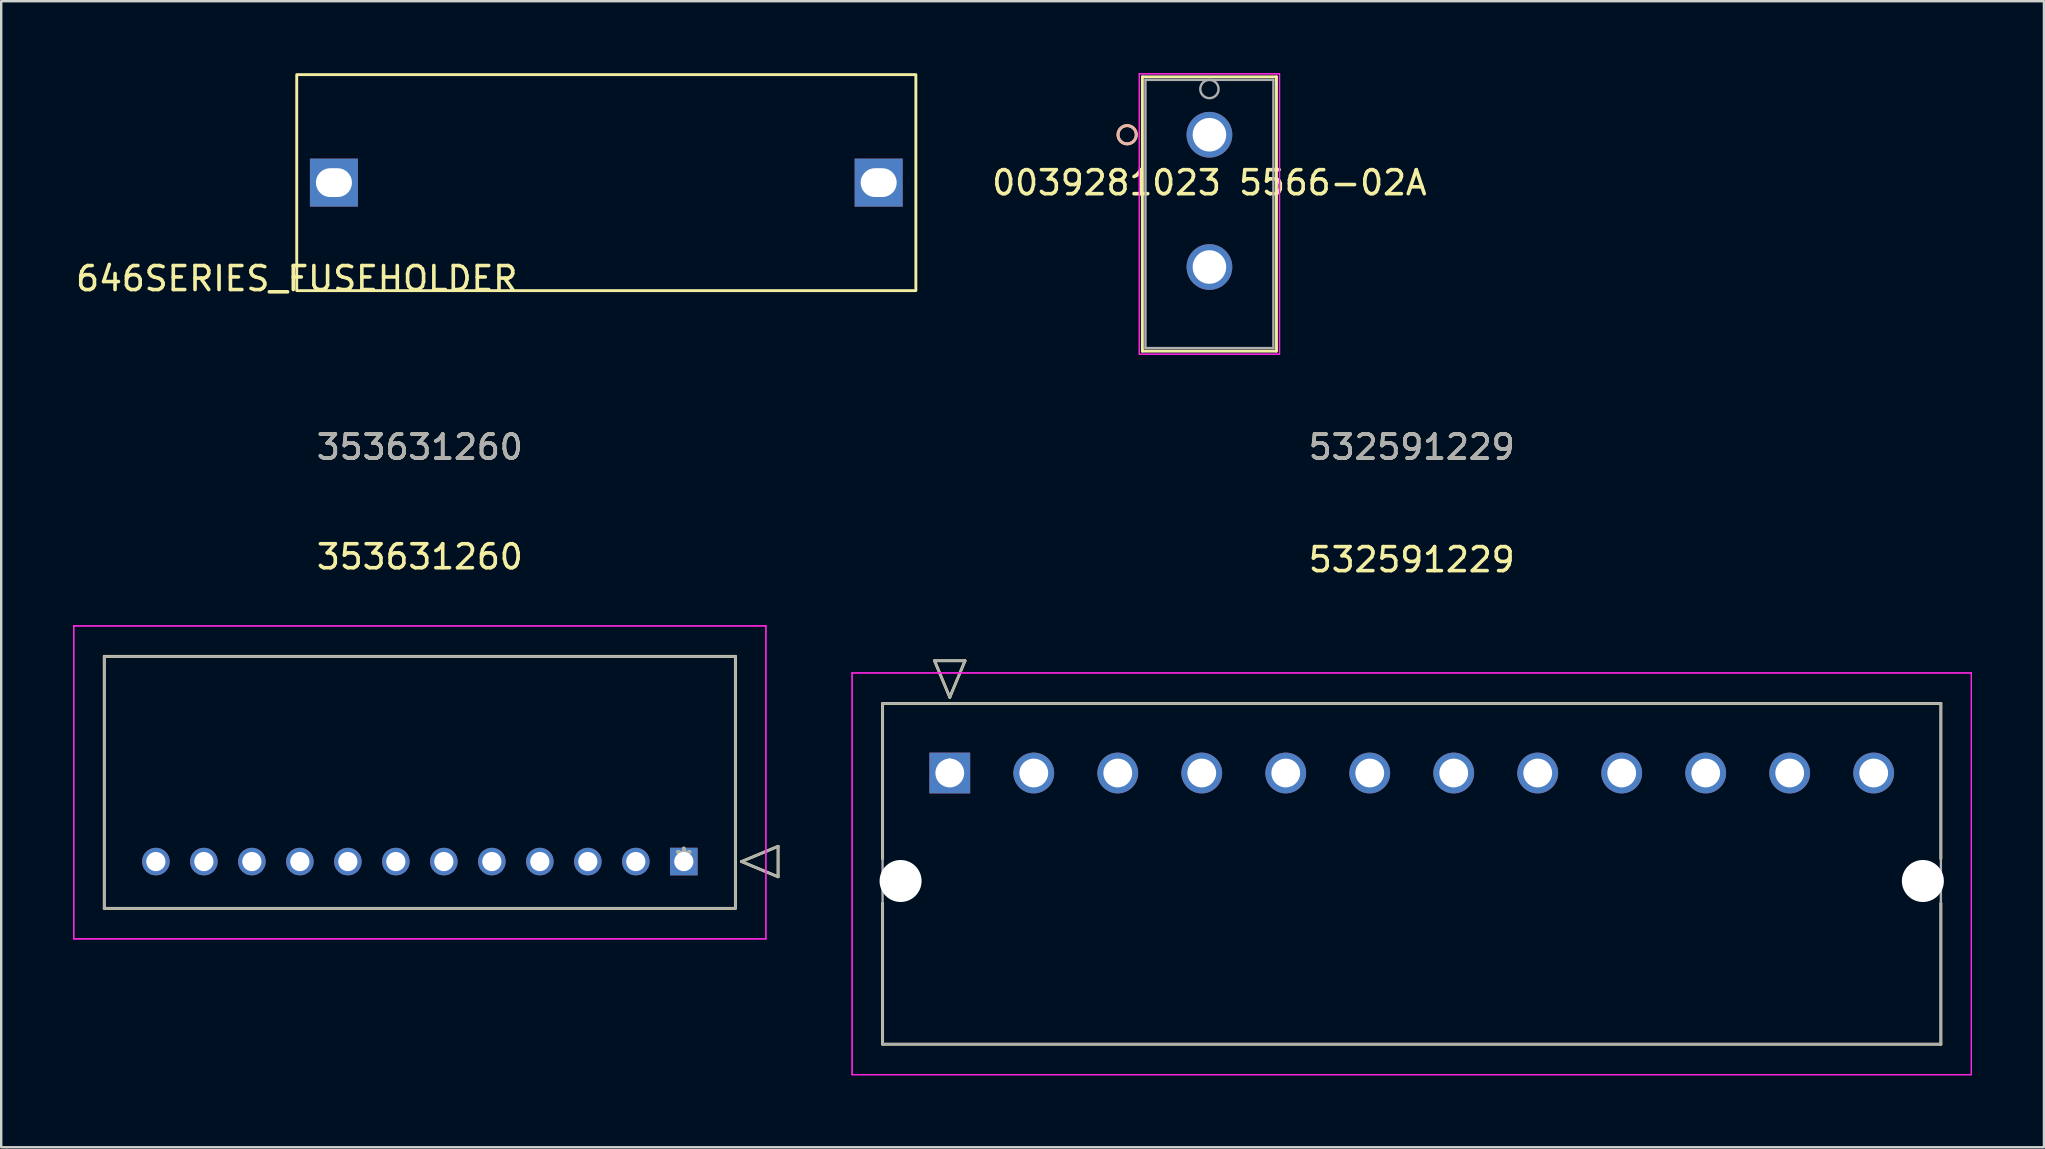
<source format=kicad_pcb>
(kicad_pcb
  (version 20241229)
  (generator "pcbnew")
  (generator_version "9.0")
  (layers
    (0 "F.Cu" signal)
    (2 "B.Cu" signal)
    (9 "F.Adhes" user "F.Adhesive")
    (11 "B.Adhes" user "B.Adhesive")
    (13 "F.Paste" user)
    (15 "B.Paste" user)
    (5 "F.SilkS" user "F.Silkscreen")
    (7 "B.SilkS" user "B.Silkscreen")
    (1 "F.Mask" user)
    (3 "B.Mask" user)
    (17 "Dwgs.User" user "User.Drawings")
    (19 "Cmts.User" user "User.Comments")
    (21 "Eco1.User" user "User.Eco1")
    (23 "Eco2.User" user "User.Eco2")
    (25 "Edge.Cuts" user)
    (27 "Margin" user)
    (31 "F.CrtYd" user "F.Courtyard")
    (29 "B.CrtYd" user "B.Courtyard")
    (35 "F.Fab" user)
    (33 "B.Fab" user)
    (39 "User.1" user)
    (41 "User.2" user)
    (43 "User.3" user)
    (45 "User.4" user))
  (footprint "353631260"
    (layer "F.Cu")
    (at 25.445 32.852)
    (property "Reference" "353631260" (at -11 -12.7 0) (layer "F.SilkS") (effects (font (size 1 1) (thickness 0.15))))
    (attr through_hole)
    (fp_line (start -24.15 -8.55) (end -24.15 1.95) (stroke (width 0.12) (type solid)) (layer "F.SilkS"))
    (fp_line (start -24.15 1.95) (end 2.15 1.95) (stroke (width 0.12) (type solid)) (layer "F.SilkS"))
    (fp_line (start 2.15 -8.55) (end -24.15 -8.55) (stroke (width 0.12) (type solid)) (layer "F.SilkS"))
    (fp_line (start 2.15 1.95) (end 2.15 -8.55) (stroke (width 0.12) (type solid)) (layer "F.SilkS"))
    (fp_line (start 2.404 0) (end 3.928 -0.635) (stroke (width 0.12) (type solid)) (layer "F.SilkS"))
    (fp_line (start 3.928 -0.635) (end 3.928 0.635) (stroke (width 0.12) (type solid)) (layer "F.SilkS"))
    (fp_line (start 3.928 0.635) (end 2.404 0) (stroke (width 0.12) (type solid)) (layer "F.SilkS"))
    (fp_line (start -25.42 -9.82) (end -25.42 3.22) (stroke (width 0.05) (type solid)) (layer "F.CrtYd"))
    (fp_line (start -25.42 -9.82) (end -25.42 3.22) (stroke (width 0.05) (type solid)) (layer "F.CrtYd"))
    (fp_line (start -25.42 3.22) (end 3.42 3.22) (stroke (width 0.05) (type solid)) (layer "F.CrtYd"))
    (fp_line (start -25.42 3.22) (end 3.42 3.22) (stroke (width 0.05) (type solid)) (layer "F.CrtYd"))
    (fp_line (start 3.42 -9.82) (end -25.42 -9.82) (stroke (width 0.05) (type solid)) (layer "F.CrtYd"))
    (fp_line (start 3.42 -9.82) (end -25.42 -9.82) (stroke (width 0.05) (type solid)) (layer "F.CrtYd"))
    (fp_line (start 3.42 3.22) (end 3.42 -9.82) (stroke (width 0.05) (type solid)) (layer "F.CrtYd"))
    (fp_line (start 3.42 3.22) (end 3.42 -9.82) (stroke (width 0.05) (type solid)) (layer "F.CrtYd"))
    (fp_line (start -24.15 -8.55) (end -24.15 1.95) (stroke (width 0.1) (type solid)) (layer "F.Fab"))
    (fp_line (start -24.15 1.95) (end 2.15 1.95) (stroke (width 0.1) (type solid)) (layer "F.Fab"))
    (fp_line (start 2.15 -8.55) (end -24.15 -8.55) (stroke (width 0.1) (type solid)) (layer "F.Fab"))
    (fp_line (start 2.15 1.95) (end 2.15 -8.55) (stroke (width 0.1) (type solid)) (layer "F.Fab"))
    (fp_line (start 2.404 0) (end 3.928 -0.635) (stroke (width 0.1) (type solid)) (layer "F.Fab"))
    (fp_line (start 3.928 -0.635) (end 3.928 0.635) (stroke (width 0.1) (type solid)) (layer "F.Fab"))
    (fp_line (start 3.928 0.635) (end 2.404 0) (stroke (width 0.1) (type solid)) (layer "F.Fab"))
    (fp_text user "*" (at 0 0 0) (layer "F.SilkS") (effects (font (size 1 1) (thickness 0.15))))
    (fp_text user "353631260" (at -11 -17.27 0) (layer "F.SilkS") (effects (font (size 1 1) (thickness 0.15))))
    (fp_text user "Copyright 2021 Accelerated Designs. All rights reserved." (at 0 0 0) (layer "Cmts.User") (effects (font (size 0.127 0.127) (thickness 0.002))))
    (fp_text user "*" (at 0 0 0) (layer "F.Fab") (effects (font (size 1 1) (thickness 0.15))))
    (fp_text user "353631260" (at -11 -17.27 0) (layer "F.Fab") (effects (font (size 1 1) (thickness 0.15))))
    (pad "1" thru_hole rect (at 0 0) (size 1.15 1.15) (drill 0.8) (layers "*.Cu" "*.Mask"))
    (pad "2" thru_hole circle (at -2 0) (size 1.15 1.15) (drill 0.8) (layers "*.Cu" "*.Mask"))
    (pad "3" thru_hole circle (at -4 0) (size 1.15 1.15) (drill 0.8) (layers "*.Cu" "*.Mask"))
    (pad "4" thru_hole circle (at -6 0) (size 1.15 1.15) (drill 0.8) (layers "*.Cu" "*.Mask"))
    (pad "5" thru_hole circle (at -8 0) (size 1.15 1.15) (drill 0.8) (layers "*.Cu" "*.Mask"))
    (pad "6" thru_hole circle (at -10 0) (size 1.15 1.15) (drill 0.8) (layers "*.Cu" "*.Mask"))
    (pad "7" thru_hole circle (at -12 0) (size 1.15 1.15) (drill 0.8) (layers "*.Cu" "*.Mask"))
    (pad "8" thru_hole circle (at -14 0) (size 1.15 1.15) (drill 0.8) (layers "*.Cu" "*.Mask"))
    (pad "9" thru_hole circle (at -16 0) (size 1.15 1.15) (drill 0.8) (layers "*.Cu" "*.Mask"))
    (pad "10" thru_hole circle (at -18 0) (size 1.15 1.15) (drill 0.8) (layers "*.Cu" "*.Mask"))
    (pad "11" thru_hole circle (at -20 0) (size 1.15 1.15) (drill 0.8) (layers "*.Cu" "*.Mask"))
    (pad "12" thru_hole circle (at -22 0) (size 1.15 1.15) (drill 0.8) (layers "*.Cu" "*.Mask")))
  (footprint "646SERIES_FUSEHOLDER"
    (layer "F.Cu")
    (at 9.315 9.06)
    (property "Reference" "646SERIES_FUSEHOLDER" (at 0 -0.5 0) (unlocked yes) (layer "F.SilkS") (effects (font (size 1 1) (thickness 0.15))))
    (attr through_hole)
    (fp_rect (start 0 0) (end 25.8 -9) (stroke (width 0.12) (type solid)) (fill no) (layer "F.SilkS"))
    (pad "1" thru_hole rect (at 1.55 -4.5) (size 2 2) (drill oval 1.5 1.2) (layers "*.Cu" "*.Mask"))
    (pad "2" thru_hole rect (at 24.25 -4.5) (size 2 2) (drill oval 1.5 1.2) (layers "*.Cu" "*.Mask")))
  (footprint "0039281023 5566-02A"
    (layer "F.Cu")
    (at 47.348 2.565)
    (property "Reference" "0039281023 5566-02A" (at 0 2 0) (layer "F.SilkS") (effects (font (size 1 1) (thickness 0.15))))
    (attr through_hole)
    (fp_line (start -2.794 -2.413) (end -2.794 9.017) (stroke (width 0.12) (type solid)) (layer "F.SilkS"))
    (fp_line (start -2.794 9.017) (end 2.794 9.017) (stroke (width 0.12) (type solid)) (layer "F.SilkS"))
    (fp_line (start 2.794 -2.413) (end -2.794 -2.413) (stroke (width 0.12) (type solid)) (layer "F.SilkS"))
    (fp_line (start 2.794 9.017) (end 2.794 -2.413) (stroke (width 0.12) (type solid)) (layer "F.SilkS"))
    (fp_circle (center -3.429 0) (end -3.048 0) (stroke (width 0.12) (type solid)) (fill no) (layer "F.SilkS"))
    (fp_circle (center -3.429 0) (end -3.048 0) (stroke (width 0.12) (type solid)) (fill no) (layer "B.SilkS"))
    (fp_line (start -2.921 -2.54) (end -2.921 9.144) (stroke (width 0.05) (type solid)) (layer "F.CrtYd"))
    (fp_line (start -2.921 -2.54) (end -2.921 9.144) (stroke (width 0.05) (type solid)) (layer "F.CrtYd"))
    (fp_line (start -2.921 9.144) (end 2.921 9.144) (stroke (width 0.05) (type solid)) (layer "F.CrtYd"))
    (fp_line (start -2.921 9.144) (end 2.921 9.144) (stroke (width 0.05) (type solid)) (layer "F.CrtYd"))
    (fp_line (start 2.921 -2.54) (end -2.921 -2.54) (stroke (width 0.05) (type solid)) (layer "F.CrtYd"))
    (fp_line (start 2.921 -2.54) (end -2.921 -2.54) (stroke (width 0.05) (type solid)) (layer "F.CrtYd"))
    (fp_line (start 2.921 9.144) (end 2.921 -2.54) (stroke (width 0.05) (type solid)) (layer "F.CrtYd"))
    (fp_line (start 2.921 9.144) (end 2.921 -2.54) (stroke (width 0.05) (type solid)) (layer "F.CrtYd"))
    (fp_line (start -2.667 -2.286) (end -2.667 8.89) (stroke (width 0.1) (type solid)) (layer "F.Fab"))
    (fp_line (start -2.667 8.89) (end 2.667 8.89) (stroke (width 0.1) (type solid)) (layer "F.Fab"))
    (fp_line (start 2.667 -2.286) (end -2.667 -2.286) (stroke (width 0.1) (type solid)) (layer "F.Fab"))
    (fp_line (start 2.667 8.89) (end 2.667 -2.286) (stroke (width 0.1) (type solid)) (layer "F.Fab"))
    (fp_circle (center 0 -1.905) (end 0.381 -1.905) (stroke (width 0.1) (type solid)) (fill no) (layer "F.Fab"))
    (fp_text user "*" (at 0 0 0) (layer "F.Fab") (effects (font (size 1 1) (thickness 0.15))))
    (pad "1" thru_hole circle (at 0 0) (size 1.905 1.905) (drill 1.397) (layers "*.Cu" "*.Mask"))
    (pad "2" thru_hole circle (at 0 5.512) (size 1.905 1.905) (drill 1.397) (layers "*.Cu" "*.Mask")))
  (footprint "532591229"
    (layer "F.Cu")
    (at 36.528 29.162)
    (property "Reference" "532591229" (at 19.25 -8.89 0) (layer "F.SilkS") (effects (font (size 1 1) (thickness 0.15))))
    (attr through_hole)
    (fp_line (start -2.8 -2.9) (end -2.8 3.573) (stroke (width 0.12) (type solid)) (layer "F.SilkS"))
    (fp_line (start -2.8 5.427) (end -2.8 11.3) (stroke (width 0.12) (type solid)) (layer "F.SilkS"))
    (fp_line (start -2.8 11.3) (end 41.3 11.3) (stroke (width 0.12) (type solid)) (layer "F.SilkS"))
    (fp_line (start -0.635 -4.678) (end 0 -3.154) (stroke (width 0.12) (type solid)) (layer "F.SilkS"))
    (fp_line (start 0 -3.154) (end 0.635 -4.678) (stroke (width 0.12) (type solid)) (layer "F.SilkS"))
    (fp_line (start 0.635 -4.678) (end -0.635 -4.678) (stroke (width 0.12) (type solid)) (layer "F.SilkS"))
    (fp_line (start 41.3 -2.9) (end -2.8 -2.9) (stroke (width 0.12) (type solid)) (layer "F.SilkS"))
    (fp_line (start 41.3 3.573) (end 41.3 -2.9) (stroke (width 0.12) (type solid)) (layer "F.SilkS"))
    (fp_line (start 41.3 11.3) (end 41.3 5.427) (stroke (width 0.12) (type solid)) (layer "F.SilkS"))
    (fp_line (start -4.07 -4.17) (end -4.07 12.57) (stroke (width 0.05) (type solid)) (layer "F.CrtYd"))
    (fp_line (start -4.07 -4.17) (end -4.07 12.57) (stroke (width 0.05) (type solid)) (layer "F.CrtYd"))
    (fp_line (start -4.07 12.57) (end 42.57 12.57) (stroke (width 0.05) (type solid)) (layer "F.CrtYd"))
    (fp_line (start -4.07 12.57) (end 42.57 12.57) (stroke (width 0.05) (type solid)) (layer "F.CrtYd"))
    (fp_line (start 42.57 -4.17) (end -4.07 -4.17) (stroke (width 0.05) (type solid)) (layer "F.CrtYd"))
    (fp_line (start 42.57 -4.17) (end -4.07 -4.17) (stroke (width 0.05) (type solid)) (layer "F.CrtYd"))
    (fp_line (start 42.57 12.57) (end 42.57 -4.17) (stroke (width 0.05) (type solid)) (layer "F.CrtYd"))
    (fp_line (start 42.57 12.57) (end 42.57 -4.17) (stroke (width 0.05) (type solid)) (layer "F.CrtYd"))
    (fp_line (start -2.8 -2.9) (end -2.8 11.3) (stroke (width 0.1) (type solid)) (layer "F.Fab"))
    (fp_line (start -2.8 11.3) (end 41.3 11.3) (stroke (width 0.1) (type solid)) (layer "F.Fab"))
    (fp_line (start -0.635 -4.678) (end 0 -3.154) (stroke (width 0.1) (type solid)) (layer "F.Fab"))
    (fp_line (start 0 -3.154) (end 0.635 -4.678) (stroke (width 0.1) (type solid)) (layer "F.Fab"))
    (fp_line (start 0.635 -4.678) (end -0.635 -4.678) (stroke (width 0.1) (type solid)) (layer "F.Fab"))
    (fp_line (start 41.3 -2.9) (end -2.8 -2.9) (stroke (width 0.1) (type solid)) (layer "F.Fab"))
    (fp_line (start 41.3 11.3) (end 41.3 -2.9) (stroke (width 0.1) (type solid)) (layer "F.Fab"))
    (fp_text user "532591229" (at 19.25 -13.58 0) (layer "F.SilkS") (effects (font (size 1 1) (thickness 0.15))))
    (fp_text user "*" (at 0 0 0) (layer "F.SilkS") (effects (font (size 1 1) (thickness 0.15))))
    (fp_text user "Copyright 2021 Accelerated Designs. All rights reserved." (at 0 0 0) (layer "Cmts.User") (effects (font (size 0.127 0.127) (thickness 0.002))))
    (fp_text user "*" (at 0 0 0) (layer "F.Fab") (effects (font (size 1 1) (thickness 0.15))))
    (fp_text user "532591229" (at 19.25 -13.58 0) (layer "F.Fab") (effects (font (size 1 1) (thickness 0.15))))
    (pad "" np_thru_hole circle (at -2.05 4.5) (size 1.75 1.75) (drill 1.75) (layers "*.Cu" "*.Mask"))
    (pad "" np_thru_hole circle (at 40.55 4.5) (size 1.75 1.75) (drill 1.75) (layers "*.Cu" "*.Mask"))
    (pad "1" thru_hole rect (at 0 0) (size 1.7 1.7) (drill 1.2) (layers "*.Cu" "*.Mask"))
    (pad "2" thru_hole circle (at 3.5 0) (size 1.7 1.7) (drill 1.2) (layers "*.Cu" "*.Mask"))
    (pad "3" thru_hole circle (at 7 0) (size 1.7 1.7) (drill 1.2) (layers "*.Cu" "*.Mask"))
    (pad "4" thru_hole circle (at 10.5 0) (size 1.7 1.7) (drill 1.2) (layers "*.Cu" "*.Mask"))
    (pad "5" thru_hole circle (at 14 0) (size 1.7 1.7) (drill 1.2) (layers "*.Cu" "*.Mask"))
    (pad "6" thru_hole circle (at 17.5 0) (size 1.7 1.7) (drill 1.2) (layers "*.Cu" "*.Mask"))
    (pad "7" thru_hole circle (at 21 0) (size 1.7 1.7) (drill 1.2) (layers "*.Cu" "*.Mask"))
    (pad "8" thru_hole circle (at 24.5 0) (size 1.7 1.7) (drill 1.2) (layers "*.Cu" "*.Mask"))
    (pad "9" thru_hole circle (at 28 0) (size 1.7 1.7) (drill 1.2) (layers "*.Cu" "*.Mask"))
    (pad "10" thru_hole circle (at 31.5 0) (size 1.7 1.7) (drill 1.2) (layers "*.Cu" "*.Mask"))
    (pad "11" thru_hole circle (at 35 0) (size 1.7 1.7) (drill 1.2) (layers "*.Cu" "*.Mask"))
    (pad "12" thru_hole circle (at 38.5 0) (size 1.7 1.7) (drill 1.2) (layers "*.Cu" "*.Mask")))
  (gr_rect
    (start -3 -3)
    (end 82.123 44.757)
    (stroke (width 0.1) (type default))
    (fill no)
    (layer "Edge.Cuts")))
</source>
